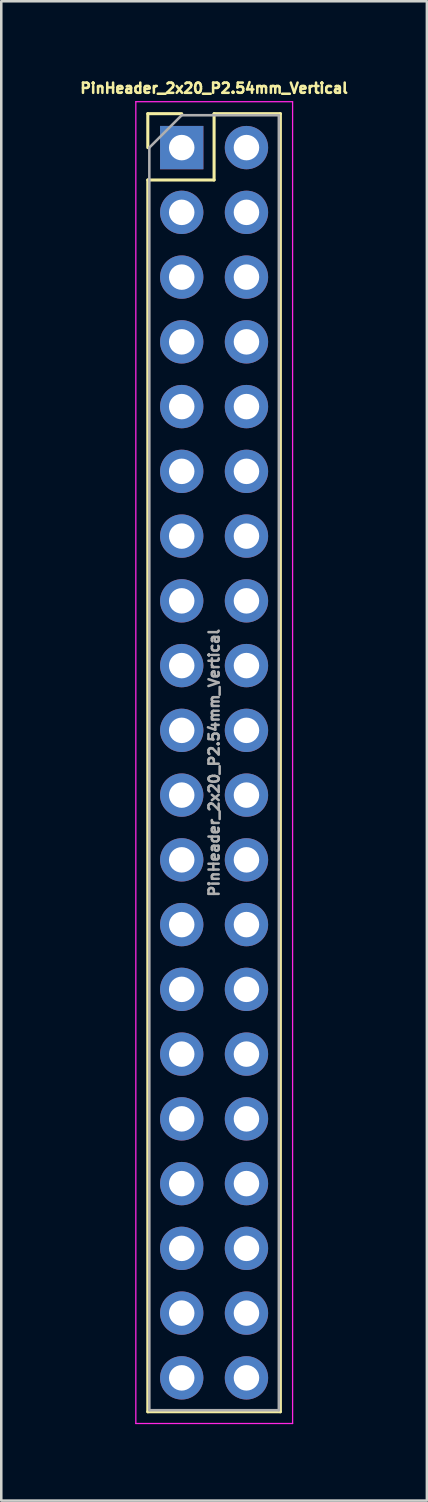
<source format=kicad_pcb>
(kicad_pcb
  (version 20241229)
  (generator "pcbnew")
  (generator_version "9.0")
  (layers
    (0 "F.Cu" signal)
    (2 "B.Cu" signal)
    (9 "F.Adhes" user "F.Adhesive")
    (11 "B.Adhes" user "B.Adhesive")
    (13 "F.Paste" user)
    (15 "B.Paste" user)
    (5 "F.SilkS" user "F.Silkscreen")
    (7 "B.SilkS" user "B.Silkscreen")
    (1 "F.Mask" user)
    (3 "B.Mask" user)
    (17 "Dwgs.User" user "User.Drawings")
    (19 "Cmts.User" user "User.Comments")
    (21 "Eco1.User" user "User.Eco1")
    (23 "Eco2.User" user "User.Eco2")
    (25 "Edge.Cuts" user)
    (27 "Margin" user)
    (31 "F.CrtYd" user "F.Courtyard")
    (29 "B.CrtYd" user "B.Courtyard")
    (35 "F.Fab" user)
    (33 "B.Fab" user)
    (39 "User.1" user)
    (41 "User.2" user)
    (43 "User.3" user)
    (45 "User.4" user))
  (footprint "PinHeader_2x20_P2.54mm_Vertical"
    (layer "F.Cu")
    (at 4.078 2.74)
    (property "Reference" "PinHeader_2x20_P2.54mm_Vertical" (at 1.27 -2.33 0) (layer "F.SilkS") (effects (font (size 0.4 0.4) (thickness 0.15))))
    (attr through_hole dnp)
    (fp_line (start -1.33 -1.33) (end 0 -1.33) (stroke (width 0.12) (type solid)) (layer "F.SilkS"))
    (fp_line (start -1.33 0) (end -1.33 -1.33) (stroke (width 0.12) (type solid)) (layer "F.SilkS"))
    (fp_line (start -1.33 1.27) (end -1.33 49.59) (stroke (width 0.12) (type solid)) (layer "F.SilkS"))
    (fp_line (start -1.33 1.27) (end 1.27 1.27) (stroke (width 0.12) (type solid)) (layer "F.SilkS"))
    (fp_line (start -1.33 49.59) (end 3.87 49.59) (stroke (width 0.12) (type solid)) (layer "F.SilkS"))
    (fp_line (start 1.27 -1.33) (end 3.87 -1.33) (stroke (width 0.12) (type solid)) (layer "F.SilkS"))
    (fp_line (start 1.27 1.27) (end 1.27 -1.33) (stroke (width 0.12) (type solid)) (layer "F.SilkS"))
    (fp_line (start 3.87 -1.33) (end 3.87 49.59) (stroke (width 0.12) (type solid)) (layer "F.SilkS"))
    (fp_line (start -1.8 -1.8) (end -1.8 50.05) (stroke (width 0.05) (type solid)) (layer "F.CrtYd"))
    (fp_line (start -1.8 50.05) (end 4.35 50.05) (stroke (width 0.05) (type solid)) (layer "F.CrtYd"))
    (fp_line (start 4.35 -1.8) (end -1.8 -1.8) (stroke (width 0.05) (type solid)) (layer "F.CrtYd"))
    (fp_line (start 4.35 50.05) (end 4.35 -1.8) (stroke (width 0.05) (type solid)) (layer "F.CrtYd"))
    (fp_line (start -1.27 0) (end 0 -1.27) (stroke (width 0.1) (type solid)) (layer "F.Fab"))
    (fp_line (start -1.27 49.53) (end -1.27 0) (stroke (width 0.1) (type solid)) (layer "F.Fab"))
    (fp_line (start 0 -1.27) (end 3.81 -1.27) (stroke (width 0.1) (type solid)) (layer "F.Fab"))
    (fp_line (start 3.81 -1.27) (end 3.81 49.53) (stroke (width 0.1) (type solid)) (layer "F.Fab"))
    (fp_line (start 3.81 49.53) (end -1.27 49.53) (stroke (width 0.1) (type solid)) (layer "F.Fab"))
    (fp_text user "${REFERENCE}" (at 1.27 24.13 270) (layer "F.Fab") (effects (font (size 0.4 0.4) (thickness 0.15))))
    (pad "1" thru_hole rect (at 0 0) (size 1.7 1.7) (drill 1) (layers "*.Cu" "*.Mask"))
    (pad "2" thru_hole oval (at 2.54 0) (size 1.7 1.7) (drill 1) (layers "*.Cu" "*.Mask"))
    (pad "3" thru_hole oval (at 0 2.54) (size 1.7 1.7) (drill 1) (layers "*.Cu" "*.Mask"))
    (pad "4" thru_hole oval (at 2.54 2.54) (size 1.7 1.7) (drill 1) (layers "*.Cu" "*.Mask"))
    (pad "5" thru_hole oval (at 0 5.08) (size 1.7 1.7) (drill 1) (layers "*.Cu" "*.Mask"))
    (pad "6" thru_hole oval (at 2.54 5.08) (size 1.7 1.7) (drill 1) (layers "*.Cu" "*.Mask"))
    (pad "7" thru_hole oval (at 0 7.62) (size 1.7 1.7) (drill 1) (layers "*.Cu" "*.Mask"))
    (pad "8" thru_hole oval (at 2.54 7.62) (size 1.7 1.7) (drill 1) (layers "*.Cu" "*.Mask"))
    (pad "9" thru_hole oval (at 0 10.16) (size 1.7 1.7) (drill 1) (layers "*.Cu" "*.Mask"))
    (pad "10" thru_hole oval (at 2.54 10.16) (size 1.7 1.7) (drill 1) (layers "*.Cu" "*.Mask"))
    (pad "11" thru_hole oval (at 0 12.7) (size 1.7 1.7) (drill 1) (layers "*.Cu" "*.Mask"))
    (pad "12" thru_hole oval (at 2.54 12.7) (size 1.7 1.7) (drill 1) (layers "*.Cu" "*.Mask"))
    (pad "13" thru_hole oval (at 0 15.24) (size 1.7 1.7) (drill 1) (layers "*.Cu" "*.Mask"))
    (pad "14" thru_hole oval (at 2.54 15.24) (size 1.7 1.7) (drill 1) (layers "*.Cu" "*.Mask"))
    (pad "15" thru_hole oval (at 0 17.78) (size 1.7 1.7) (drill 1) (layers "*.Cu" "*.Mask"))
    (pad "16" thru_hole oval (at 2.54 17.78) (size 1.7 1.7) (drill 1) (layers "*.Cu" "*.Mask"))
    (pad "17" thru_hole oval (at 0 20.32) (size 1.7 1.7) (drill 1) (layers "*.Cu" "*.Mask"))
    (pad "18" thru_hole oval (at 2.54 20.32) (size 1.7 1.7) (drill 1) (layers "*.Cu" "*.Mask"))
    (pad "19" thru_hole oval (at 0 22.86) (size 1.7 1.7) (drill 1) (layers "*.Cu" "*.Mask"))
    (pad "20" thru_hole oval (at 2.54 22.86) (size 1.7 1.7) (drill 1) (layers "*.Cu" "*.Mask"))
    (pad "21" thru_hole oval (at 0 25.4) (size 1.7 1.7) (drill 1) (layers "*.Cu" "*.Mask"))
    (pad "22" thru_hole oval (at 2.54 25.4) (size 1.7 1.7) (drill 1) (layers "*.Cu" "*.Mask"))
    (pad "23" thru_hole oval (at 0 27.94) (size 1.7 1.7) (drill 1) (layers "*.Cu" "*.Mask"))
    (pad "24" thru_hole oval (at 2.54 27.94) (size 1.7 1.7) (drill 1) (layers "*.Cu" "*.Mask"))
    (pad "25" thru_hole oval (at 0 30.48) (size 1.7 1.7) (drill 1) (layers "*.Cu" "*.Mask"))
    (pad "26" thru_hole oval (at 2.54 30.48) (size 1.7 1.7) (drill 1) (layers "*.Cu" "*.Mask"))
    (pad "27" thru_hole oval (at 0 33.02) (size 1.7 1.7) (drill 1) (layers "*.Cu" "*.Mask"))
    (pad "28" thru_hole oval (at 2.54 33.02) (size 1.7 1.7) (drill 1) (layers "*.Cu" "*.Mask"))
    (pad "29" thru_hole oval (at 0 35.56) (size 1.7 1.7) (drill 1) (layers "*.Cu" "*.Mask"))
    (pad "30" thru_hole oval (at 2.54 35.56) (size 1.7 1.7) (drill 1) (layers "*.Cu" "*.Mask"))
    (pad "31" thru_hole oval (at 0 38.1) (size 1.7 1.7) (drill 1) (layers "*.Cu" "*.Mask"))
    (pad "32" thru_hole oval (at 2.54 38.1) (size 1.7 1.7) (drill 1) (layers "*.Cu" "*.Mask"))
    (pad "33" thru_hole oval (at 0 40.64) (size 1.7 1.7) (drill 1) (layers "*.Cu" "*.Mask"))
    (pad "34" thru_hole oval (at 2.54 40.64) (size 1.7 1.7) (drill 1) (layers "*.Cu" "*.Mask"))
    (pad "35" thru_hole oval (at 0 43.18) (size 1.7 1.7) (drill 1) (layers "*.Cu" "*.Mask"))
    (pad "36" thru_hole oval (at 2.54 43.18) (size 1.7 1.7) (drill 1) (layers "*.Cu" "*.Mask"))
    (pad "37" thru_hole oval (at 0 45.72) (size 1.7 1.7) (drill 1) (layers "*.Cu" "*.Mask"))
    (pad "38" thru_hole oval (at 2.54 45.72) (size 1.7 1.7) (drill 1) (layers "*.Cu" "*.Mask"))
    (pad "39" thru_hole oval (at 0 48.26) (size 1.7 1.7) (drill 1) (layers "*.Cu" "*.Mask"))
    (pad "40" thru_hole oval (at 2.54 48.26) (size 1.7 1.7) (drill 1) (layers "*.Cu" "*.Mask")))
  (gr_rect
    (start -3 -3)
    (end 13.696 55.815)
    (stroke (width 0.1) (type default))
    (fill no)
    (layer "Edge.Cuts")))
</source>
